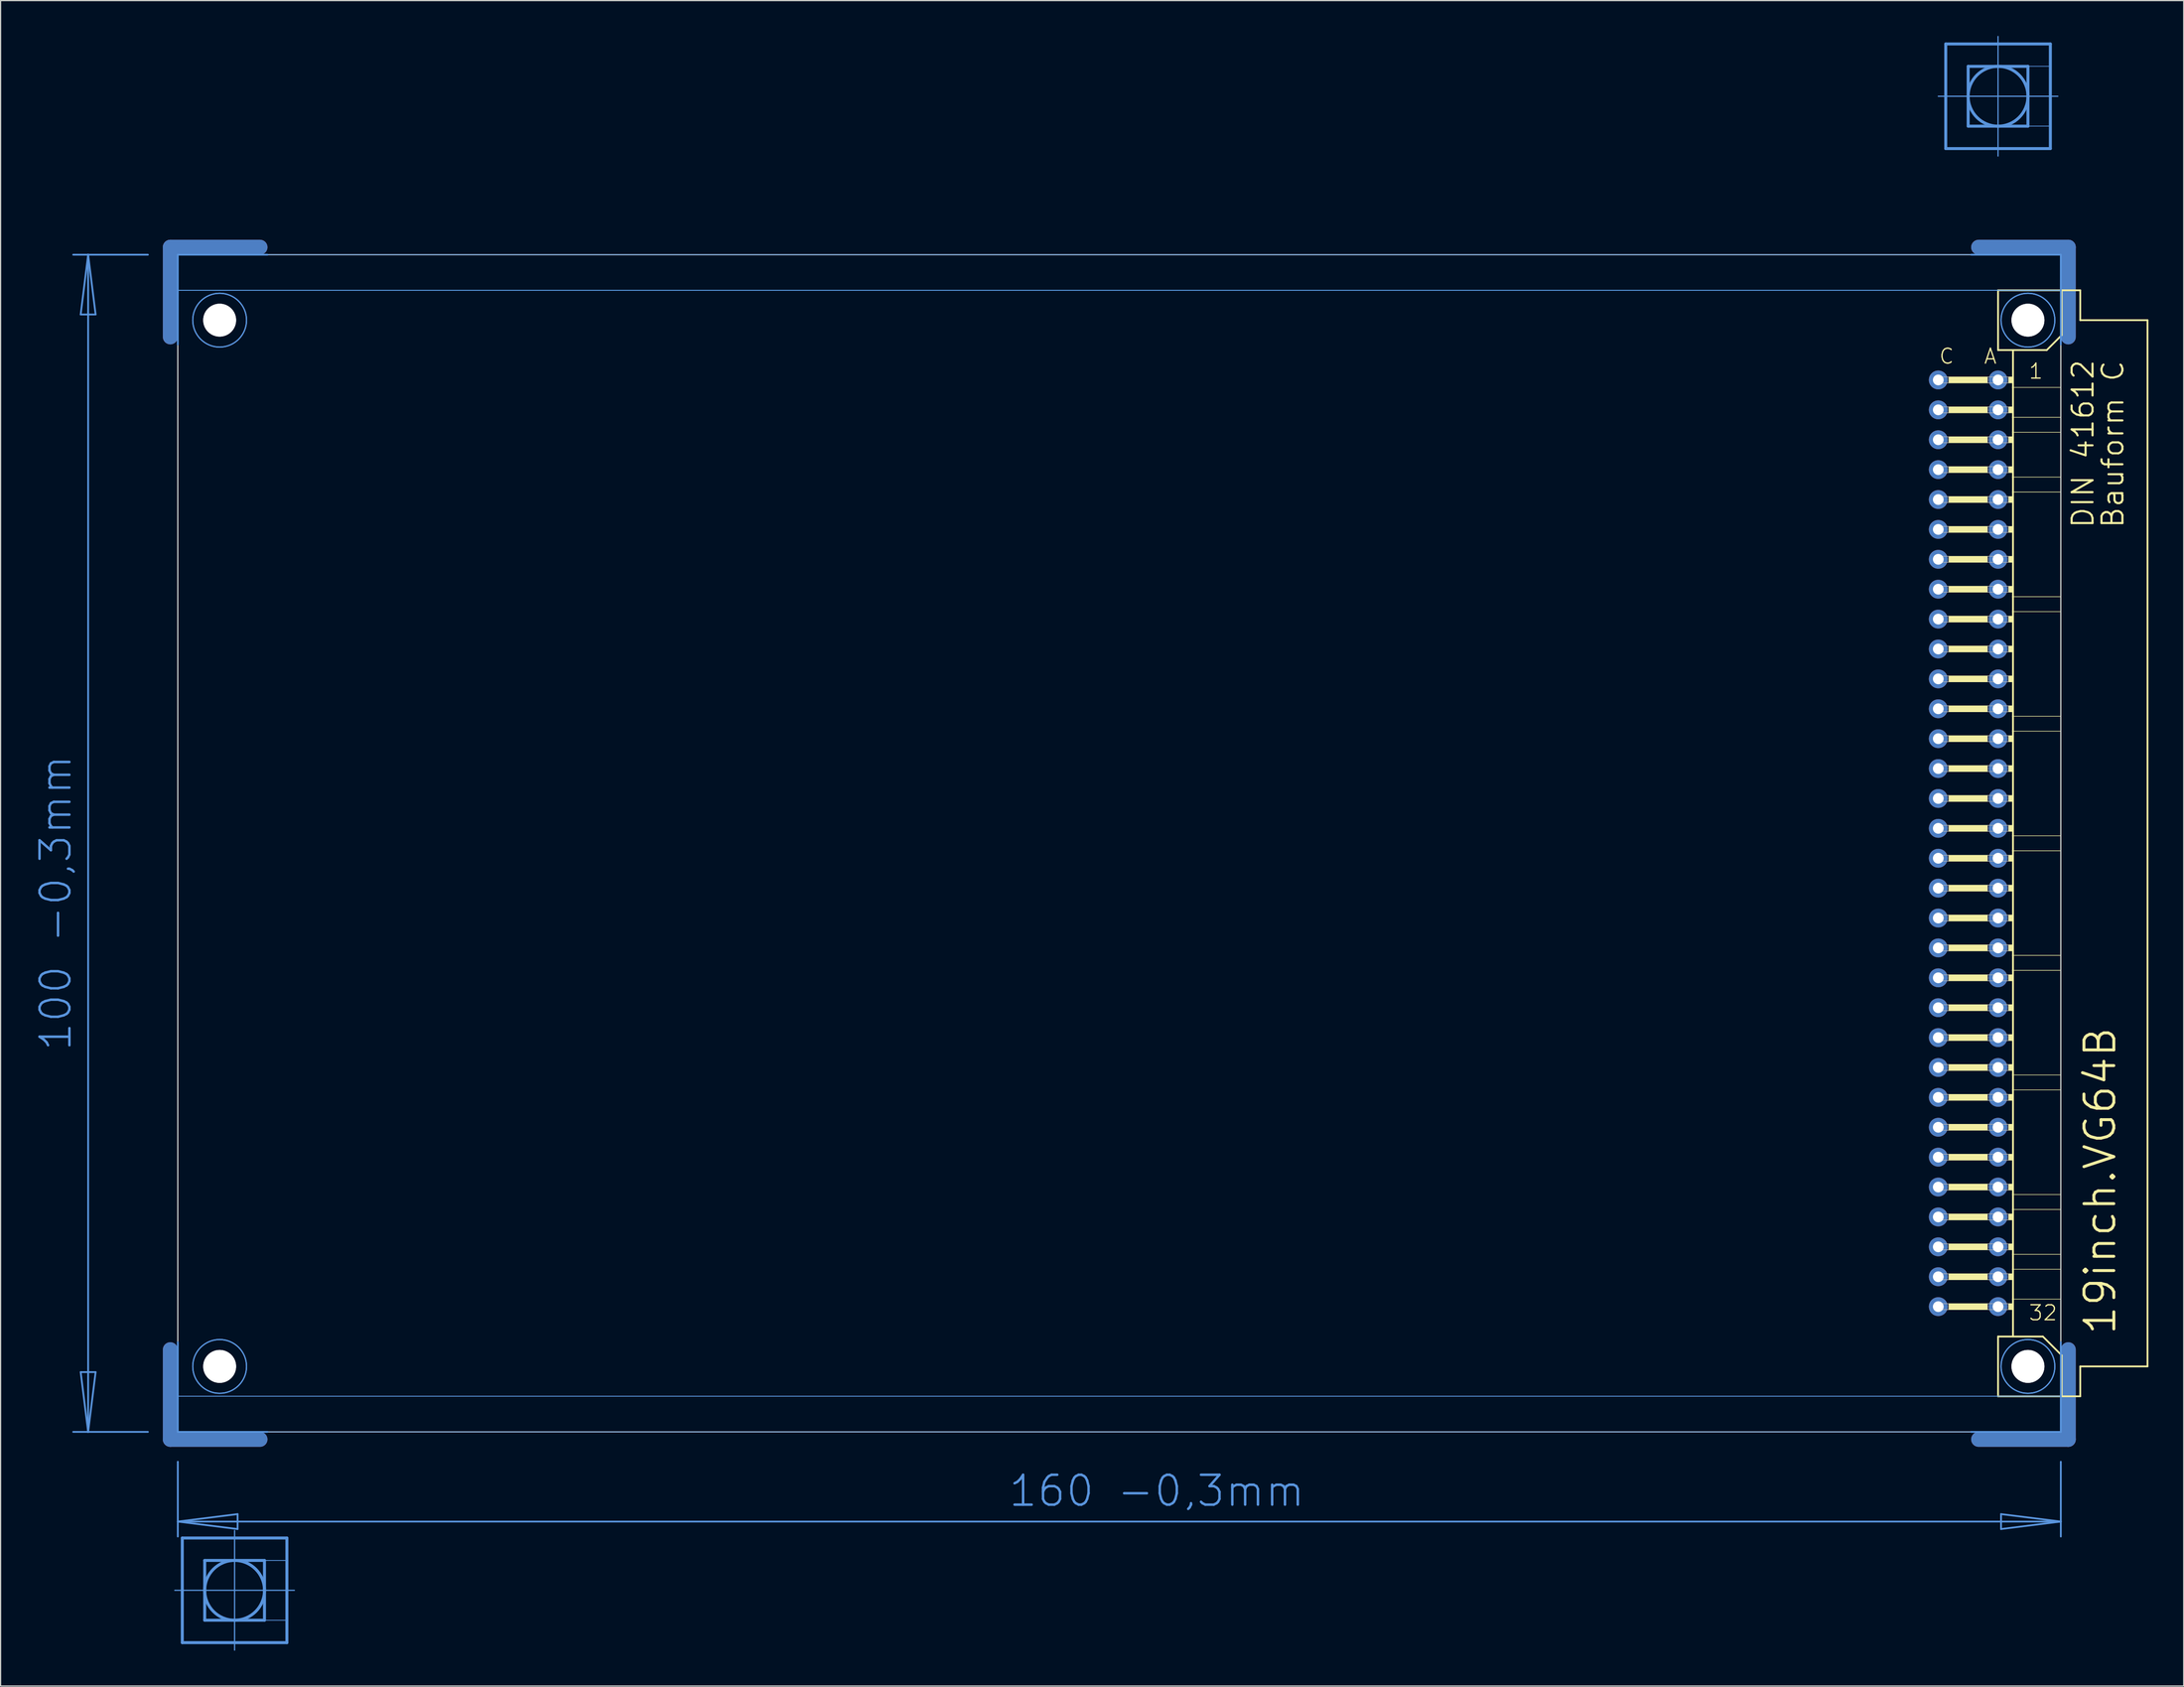
<source format=kicad_pcb>
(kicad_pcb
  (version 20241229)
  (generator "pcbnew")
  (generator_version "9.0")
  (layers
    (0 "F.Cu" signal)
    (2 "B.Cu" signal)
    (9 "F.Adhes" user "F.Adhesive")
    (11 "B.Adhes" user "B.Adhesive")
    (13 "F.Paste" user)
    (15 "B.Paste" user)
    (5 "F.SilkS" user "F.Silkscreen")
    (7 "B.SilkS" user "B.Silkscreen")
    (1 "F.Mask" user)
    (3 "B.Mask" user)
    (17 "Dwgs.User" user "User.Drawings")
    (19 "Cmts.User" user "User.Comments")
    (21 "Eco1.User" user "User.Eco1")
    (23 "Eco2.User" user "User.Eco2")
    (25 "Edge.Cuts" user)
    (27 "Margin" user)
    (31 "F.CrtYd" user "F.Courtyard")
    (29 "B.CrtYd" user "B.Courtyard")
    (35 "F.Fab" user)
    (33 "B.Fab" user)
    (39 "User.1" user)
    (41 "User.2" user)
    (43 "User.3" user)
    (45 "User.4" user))
  (footprint "19inch.VG64B"
    (layer "F.Cu")
    (at 11.806 68.605)
    (property "Reference" "19inch.VG64B" (at 165.1 41.91 90) (layer "F.SilkS") (effects (font (size 2.54 2.54) (thickness 0.25)) (justify left bottom)))
    (attr through_hole)
    (fp_line (start -0.381 -43.028) (end -0.381 -50.648) (stroke (width 1.27) (type default)) (layer "F.Cu"))
    (fp_line (start -0.381 43.028) (end -0.381 50.648) (stroke (width 1.27) (type default)) (layer "F.Cu"))
    (fp_line (start 7.239 -50.648) (end -0.381 -50.648) (stroke (width 1.27) (type default)) (layer "F.Cu"))
    (fp_line (start 7.239 50.648) (end -0.381 50.648) (stroke (width 1.27) (type default)) (layer "F.Cu"))
    (fp_line (start 153.289 -50.648) (end 160.909 -50.648) (stroke (width 1.27) (type default)) (layer "F.Cu"))
    (fp_line (start 153.289 50.648) (end 160.909 50.648) (stroke (width 1.27) (type default)) (layer "F.Cu"))
    (fp_line (start 160.909 -43.028) (end 160.909 -50.648) (stroke (width 1.27) (type default)) (layer "F.Cu"))
    (fp_line (start 160.909 43.028) (end 160.909 50.648) (stroke (width 1.27) (type default)) (layer "F.Cu"))
    (fp_line (start 0.254 -42.393) (end 0.254 -50.013) (stroke (width 0.152) (type default)) (layer "F.Mask"))
    (fp_line (start 0.254 42.393) (end 0.254 50.013) (stroke (width 0.152) (type default)) (layer "F.Mask"))
    (fp_line (start 7.874 -50.013) (end 0.254 -50.013) (stroke (width 0.152) (type default)) (layer "F.Mask"))
    (fp_line (start 7.874 50.013) (end 0.254 50.013) (stroke (width 0.152) (type default)) (layer "F.Mask"))
    (fp_line (start 152.654 -50.013) (end 160.274 -50.013) (stroke (width 0.152) (type default)) (layer "F.Mask"))
    (fp_line (start 152.654 50.013) (end 160.274 50.013) (stroke (width 0.152) (type default)) (layer "F.Mask"))
    (fp_line (start 160.274 -42.393) (end 160.274 -50.013) (stroke (width 0.152) (type default)) (layer "F.Mask"))
    (fp_line (start 160.274 42.393) (end 160.274 50.013) (stroke (width 0.152) (type default)) (layer "F.Mask"))
    (fp_line (start -0.381 -43.028) (end -0.381 -50.648) (stroke (width 1.27) (type default)) (layer "B.Cu"))
    (fp_line (start -0.381 43.028) (end -0.381 50.648) (stroke (width 1.27) (type default)) (layer "B.Cu"))
    (fp_line (start 7.239 -50.648) (end -0.381 -50.648) (stroke (width 1.27) (type default)) (layer "B.Cu"))
    (fp_line (start 7.239 50.648) (end -0.381 50.648) (stroke (width 1.27) (type default)) (layer "B.Cu"))
    (fp_line (start 153.289 -50.648) (end 160.909 -50.648) (stroke (width 1.27) (type default)) (layer "B.Cu"))
    (fp_line (start 153.289 50.648) (end 160.909 50.648) (stroke (width 1.27) (type default)) (layer "B.Cu"))
    (fp_line (start 160.909 -43.028) (end 160.909 -50.648) (stroke (width 1.27) (type default)) (layer "B.Cu"))
    (fp_line (start 160.909 43.028) (end 160.909 50.648) (stroke (width 1.27) (type default)) (layer "B.Cu"))
    (fp_line (start 0.254 -50.013) (end 7.874 -50.013) (stroke (width 0.152) (type default)) (layer "B.Mask"))
    (fp_line (start 0.254 -42.393) (end 0.254 -50.013) (stroke (width 0.152) (type default)) (layer "B.Mask"))
    (fp_line (start 0.254 50.013) (end 0.254 42.393) (stroke (width 0.152) (type default)) (layer "B.Mask"))
    (fp_line (start 7.874 50.013) (end 0.254 50.013) (stroke (width 0.152) (type default)) (layer "B.Mask"))
    (fp_line (start 152.654 -50.013) (end 160.274 -50.013) (stroke (width 0.152) (type default)) (layer "B.Mask"))
    (fp_line (start 160.274 -50.013) (end 160.274 -42.393) (stroke (width 0.152) (type default)) (layer "B.Mask"))
    (fp_line (start 160.274 42.393) (end 160.274 50.013) (stroke (width 0.152) (type default)) (layer "B.Mask"))
    (fp_line (start 160.274 50.013) (end 152.654 50.013) (stroke (width 0.152) (type default)) (layer "B.Mask"))
    (fp_line (start 154.94 -46.99) (end 154.94 -41.91) (stroke (width 0.152) (type default)) (layer "F.SilkS"))
    (fp_line (start 154.94 -41.91) (end 156.21 -41.91) (stroke (width 0.152) (type default)) (layer "F.SilkS"))
    (fp_line (start 154.94 41.91) (end 154.94 46.99) (stroke (width 0.152) (type default)) (layer "F.SilkS"))
    (fp_line (start 154.94 41.91) (end 156.21 41.91) (stroke (width 0.152) (type default)) (layer "F.SilkS"))
    (fp_line (start 154.94 46.99) (end 160.35 46.99) (stroke (width 0.152) (type default)) (layer "F.SilkS"))
    (fp_line (start 156.21 -41.91) (end 156.21 -38.735) (stroke (width 0.152) (type default)) (layer "F.SilkS"))
    (fp_line (start 156.21 -41.91) (end 159.08 -41.91) (stroke (width 0.152) (type default)) (layer "F.SilkS"))
    (fp_line (start 156.21 -38.735) (end 156.21 -36.195) (stroke (width 0.152) (type default)) (layer "F.SilkS"))
    (fp_line (start 156.21 -36.195) (end 156.21 -34.925) (stroke (width 0.152) (type default)) (layer "F.SilkS"))
    (fp_line (start 156.21 -34.925) (end 156.21 -31.115) (stroke (width 0.152) (type default)) (layer "F.SilkS"))
    (fp_line (start 156.21 -31.115) (end 156.21 -29.845) (stroke (width 0.152) (type default)) (layer "F.SilkS"))
    (fp_line (start 156.21 -29.845) (end 156.21 -20.955) (stroke (width 0.152) (type default)) (layer "F.SilkS"))
    (fp_line (start 156.21 -20.955) (end 156.21 -19.685) (stroke (width 0.152) (type default)) (layer "F.SilkS"))
    (fp_line (start 156.21 -19.685) (end 156.21 -10.795) (stroke (width 0.152) (type default)) (layer "F.SilkS"))
    (fp_line (start 156.21 -10.795) (end 156.21 -9.525) (stroke (width 0.152) (type default)) (layer "F.SilkS"))
    (fp_line (start 156.21 -9.525) (end 156.21 -0.635) (stroke (width 0.152) (type default)) (layer "F.SilkS"))
    (fp_line (start 156.21 -0.635) (end 156.21 0.635) (stroke (width 0.152) (type default)) (layer "F.SilkS"))
    (fp_line (start 156.21 0.635) (end 156.21 9.525) (stroke (width 0.152) (type default)) (layer "F.SilkS"))
    (fp_line (start 156.21 9.525) (end 156.21 10.795) (stroke (width 0.152) (type default)) (layer "F.SilkS"))
    (fp_line (start 156.21 10.795) (end 156.21 19.685) (stroke (width 0.152) (type default)) (layer "F.SilkS"))
    (fp_line (start 156.21 19.685) (end 156.21 20.955) (stroke (width 0.152) (type default)) (layer "F.SilkS"))
    (fp_line (start 156.21 20.955) (end 156.21 29.845) (stroke (width 0.152) (type default)) (layer "F.SilkS"))
    (fp_line (start 156.21 29.845) (end 156.21 31.115) (stroke (width 0.152) (type default)) (layer "F.SilkS"))
    (fp_line (start 156.21 31.115) (end 156.21 34.925) (stroke (width 0.152) (type default)) (layer "F.SilkS"))
    (fp_line (start 156.21 34.925) (end 156.21 36.195) (stroke (width 0.152) (type default)) (layer "F.SilkS"))
    (fp_line (start 156.21 36.195) (end 156.21 38.735) (stroke (width 0.152) (type default)) (layer "F.SilkS"))
    (fp_line (start 156.21 38.735) (end 156.21 41.91) (stroke (width 0.152) (type default)) (layer "F.SilkS"))
    (fp_line (start 156.21 41.91) (end 158.75 41.91) (stroke (width 0.152) (type default)) (layer "F.SilkS"))
    (fp_line (start 159.08 -41.91) (end 160.35 -43.18) (stroke (width 0.152) (type default)) (layer "F.SilkS"))
    (fp_line (start 160.274 -38.735) (end 156.21 -38.735) (stroke (width 0.051) (type default)) (layer "F.SilkS"))
    (fp_line (start 160.274 -38.735) (end 160.274 -36.195) (stroke (width 0.051) (type default)) (layer "F.SilkS"))
    (fp_line (start 160.274 -36.195) (end 156.21 -36.195) (stroke (width 0.051) (type default)) (layer "F.SilkS"))
    (fp_line (start 160.274 -34.925) (end 156.21 -34.925) (stroke (width 0.051) (type default)) (layer "F.SilkS"))
    (fp_line (start 160.274 -34.925) (end 160.274 -31.115) (stroke (width 0.051) (type default)) (layer "F.SilkS"))
    (fp_line (start 160.274 -31.115) (end 156.21 -31.115) (stroke (width 0.051) (type default)) (layer "F.SilkS"))
    (fp_line (start 160.274 -29.845) (end 156.21 -29.845) (stroke (width 0.051) (type default)) (layer "F.SilkS"))
    (fp_line (start 160.274 -29.845) (end 160.274 -20.955) (stroke (width 0.051) (type default)) (layer "F.SilkS"))
    (fp_line (start 160.274 -20.955) (end 156.21 -20.955) (stroke (width 0.051) (type default)) (layer "F.SilkS"))
    (fp_line (start 160.274 -19.685) (end 156.21 -19.685) (stroke (width 0.051) (type default)) (layer "F.SilkS"))
    (fp_line (start 160.274 -19.685) (end 160.274 -10.795) (stroke (width 0.051) (type default)) (layer "F.SilkS"))
    (fp_line (start 160.274 -10.795) (end 156.21 -10.795) (stroke (width 0.051) (type default)) (layer "F.SilkS"))
    (fp_line (start 160.274 -9.525) (end 156.21 -9.525) (stroke (width 0.051) (type default)) (layer "F.SilkS"))
    (fp_line (start 160.274 -9.525) (end 160.274 -0.635) (stroke (width 0.051) (type default)) (layer "F.SilkS"))
    (fp_line (start 160.274 -0.635) (end 156.21 -0.635) (stroke (width 0.051) (type default)) (layer "F.SilkS"))
    (fp_line (start 160.274 0.635) (end 156.21 0.635) (stroke (width 0.051) (type default)) (layer "F.SilkS"))
    (fp_line (start 160.274 0.635) (end 160.274 9.525) (stroke (width 0.051) (type default)) (layer "F.SilkS"))
    (fp_line (start 160.274 9.525) (end 156.21 9.525) (stroke (width 0.051) (type default)) (layer "F.SilkS"))
    (fp_line (start 160.274 10.795) (end 156.21 10.795) (stroke (width 0.051) (type default)) (layer "F.SilkS"))
    (fp_line (start 160.274 10.795) (end 160.274 19.685) (stroke (width 0.051) (type default)) (layer "F.SilkS"))
    (fp_line (start 160.274 19.685) (end 156.21 19.685) (stroke (width 0.051) (type default)) (layer "F.SilkS"))
    (fp_line (start 160.274 20.955) (end 156.21 20.955) (stroke (width 0.051) (type default)) (layer "F.SilkS"))
    (fp_line (start 160.274 20.955) (end 160.274 29.845) (stroke (width 0.051) (type default)) (layer "F.SilkS"))
    (fp_line (start 160.274 29.845) (end 156.21 29.845) (stroke (width 0.051) (type default)) (layer "F.SilkS"))
    (fp_line (start 160.274 31.115) (end 156.21 31.115) (stroke (width 0.051) (type default)) (layer "F.SilkS"))
    (fp_line (start 160.274 31.115) (end 160.274 34.925) (stroke (width 0.051) (type default)) (layer "F.SilkS"))
    (fp_line (start 160.274 34.925) (end 156.21 34.925) (stroke (width 0.051) (type default)) (layer "F.SilkS"))
    (fp_line (start 160.274 36.195) (end 156.21 36.195) (stroke (width 0.051) (type default)) (layer "F.SilkS"))
    (fp_line (start 160.274 36.195) (end 160.274 38.735) (stroke (width 0.051) (type default)) (layer "F.SilkS"))
    (fp_line (start 160.274 38.735) (end 156.21 38.735) (stroke (width 0.051) (type default)) (layer "F.SilkS"))
    (fp_line (start 160.35 -46.99) (end 154.94 -46.99) (stroke (width 0.152) (type default)) (layer "F.SilkS"))
    (fp_line (start 160.35 -43.18) (end 160.35 -46.99) (stroke (width 0.152) (type default)) (layer "F.SilkS"))
    (fp_line (start 160.35 43.51) (end 158.75 41.91) (stroke (width 0.152) (type default)) (layer "F.SilkS"))
    (fp_line (start 160.35 43.51) (end 160.35 46.99) (stroke (width 0.152) (type default)) (layer "F.SilkS"))
    (fp_line (start 160.35 46.99) (end 161.925 46.99) (stroke (width 0.152) (type default)) (layer "F.SilkS"))
    (fp_line (start 161.925 -46.99) (end 160.35 -46.99) (stroke (width 0.152) (type default)) (layer "F.SilkS"))
    (fp_line (start 161.925 -44.45) (end 161.925 -46.99) (stroke (width 0.152) (type default)) (layer "F.SilkS"))
    (fp_line (start 161.925 44.45) (end 167.64 44.45) (stroke (width 0.152) (type default)) (layer "F.SilkS"))
    (fp_line (start 161.925 46.99) (end 161.925 44.45) (stroke (width 0.152) (type default)) (layer "F.SilkS"))
    (fp_line (start 167.64 -44.45) (end 161.925 -44.45) (stroke (width 0.152) (type default)) (layer "F.SilkS"))
    (fp_line (start 167.64 44.45) (end 167.64 -44.45) (stroke (width 0.152) (type default)) (layer "F.SilkS"))
    (fp_rect (start 150.749 -39.116) (end 154.051 -39.624) (stroke (width 0.05) (type default)) (fill yes) (layer "F.SilkS"))
    (fp_rect (start 150.749 -36.576) (end 154.051 -37.084) (stroke (width 0.05) (type default)) (fill yes) (layer "F.SilkS"))
    (fp_rect (start 150.749 -34.036) (end 154.051 -34.544) (stroke (width 0.05) (type default)) (fill yes) (layer "F.SilkS"))
    (fp_rect (start 150.749 -31.496) (end 154.051 -32.004) (stroke (width 0.05) (type default)) (fill yes) (layer "F.SilkS"))
    (fp_rect (start 150.749 -28.956) (end 154.051 -29.464) (stroke (width 0.05) (type default)) (fill yes) (layer "F.SilkS"))
    (fp_rect (start 150.749 -26.416) (end 154.051 -26.924) (stroke (width 0.05) (type default)) (fill yes) (layer "F.SilkS"))
    (fp_rect (start 150.749 -23.876) (end 154.051 -24.384) (stroke (width 0.05) (type default)) (fill yes) (layer "F.SilkS"))
    (fp_rect (start 150.749 -21.336) (end 154.051 -21.844) (stroke (width 0.05) (type default)) (fill yes) (layer "F.SilkS"))
    (fp_rect (start 150.749 -18.796) (end 154.051 -19.304) (stroke (width 0.05) (type default)) (fill yes) (layer "F.SilkS"))
    (fp_rect (start 150.749 -16.256) (end 154.051 -16.764) (stroke (width 0.05) (type default)) (fill yes) (layer "F.SilkS"))
    (fp_rect (start 150.749 -13.716) (end 154.051 -14.224) (stroke (width 0.05) (type default)) (fill yes) (layer "F.SilkS"))
    (fp_rect (start 150.749 -11.176) (end 154.051 -11.684) (stroke (width 0.05) (type default)) (fill yes) (layer "F.SilkS"))
    (fp_rect (start 150.749 -8.636) (end 154.051 -9.144) (stroke (width 0.05) (type default)) (fill yes) (layer "F.SilkS"))
    (fp_rect (start 150.749 -6.096) (end 154.051 -6.604) (stroke (width 0.05) (type default)) (fill yes) (layer "F.SilkS"))
    (fp_rect (start 150.749 -3.556) (end 154.051 -4.064) (stroke (width 0.05) (type default)) (fill yes) (layer "F.SilkS"))
    (fp_rect (start 150.749 -1.016) (end 154.051 -1.524) (stroke (width 0.05) (type default)) (fill yes) (layer "F.SilkS"))
    (fp_rect (start 150.749 1.524) (end 154.051 1.016) (stroke (width 0.05) (type default)) (fill yes) (layer "F.SilkS"))
    (fp_rect (start 150.749 4.064) (end 154.051 3.556) (stroke (width 0.05) (type default)) (fill yes) (layer "F.SilkS"))
    (fp_rect (start 150.749 6.604) (end 154.051 6.096) (stroke (width 0.05) (type default)) (fill yes) (layer "F.SilkS"))
    (fp_rect (start 150.749 9.144) (end 154.051 8.636) (stroke (width 0.05) (type default)) (fill yes) (layer "F.SilkS"))
    (fp_rect (start 150.749 11.684) (end 154.051 11.176) (stroke (width 0.05) (type default)) (fill yes) (layer "F.SilkS"))
    (fp_rect (start 150.749 14.224) (end 154.051 13.716) (stroke (width 0.05) (type default)) (fill yes) (layer "F.SilkS"))
    (fp_rect (start 150.749 16.764) (end 154.051 16.256) (stroke (width 0.05) (type default)) (fill yes) (layer "F.SilkS"))
    (fp_rect (start 150.749 19.304) (end 154.051 18.796) (stroke (width 0.05) (type default)) (fill yes) (layer "F.SilkS"))
    (fp_rect (start 150.749 21.844) (end 154.051 21.336) (stroke (width 0.05) (type default)) (fill yes) (layer "F.SilkS"))
    (fp_rect (start 150.749 24.384) (end 154.051 23.876) (stroke (width 0.05) (type default)) (fill yes) (layer "F.SilkS"))
    (fp_rect (start 150.749 26.924) (end 154.051 26.416) (stroke (width 0.05) (type default)) (fill yes) (layer "F.SilkS"))
    (fp_rect (start 150.749 29.464) (end 154.051 28.956) (stroke (width 0.05) (type default)) (fill yes) (layer "F.SilkS"))
    (fp_rect (start 150.749 32.004) (end 154.051 31.496) (stroke (width 0.05) (type default)) (fill yes) (layer "F.SilkS"))
    (fp_rect (start 150.749 34.544) (end 154.051 34.036) (stroke (width 0.05) (type default)) (fill yes) (layer "F.SilkS"))
    (fp_rect (start 150.749 37.084) (end 154.051 36.576) (stroke (width 0.05) (type default)) (fill yes) (layer "F.SilkS"))
    (fp_rect (start 150.749 39.624) (end 154.051 39.116) (stroke (width 0.05) (type default)) (fill yes) (layer "F.SilkS"))
    (fp_rect (start 155.829 -39.116) (end 156.21 -39.624) (stroke (width 0.05) (type default)) (fill yes) (layer "F.SilkS"))
    (fp_rect (start 155.829 -36.576) (end 156.21 -37.084) (stroke (width 0.05) (type default)) (fill yes) (layer "F.SilkS"))
    (fp_rect (start 155.829 -34.036) (end 156.21 -34.544) (stroke (width 0.05) (type default)) (fill yes) (layer "F.SilkS"))
    (fp_rect (start 155.829 -31.496) (end 156.21 -32.004) (stroke (width 0.05) (type default)) (fill yes) (layer "F.SilkS"))
    (fp_rect (start 155.829 -28.956) (end 156.21 -29.464) (stroke (width 0.05) (type default)) (fill yes) (layer "F.SilkS"))
    (fp_rect (start 155.829 -26.416) (end 156.21 -26.924) (stroke (width 0.05) (type default)) (fill yes) (layer "F.SilkS"))
    (fp_rect (start 155.829 -23.876) (end 156.21 -24.384) (stroke (width 0.05) (type default)) (fill yes) (layer "F.SilkS"))
    (fp_rect (start 155.829 -21.336) (end 156.21 -21.844) (stroke (width 0.05) (type default)) (fill yes) (layer "F.SilkS"))
    (fp_rect (start 155.829 -18.796) (end 156.21 -19.304) (stroke (width 0.05) (type default)) (fill yes) (layer "F.SilkS"))
    (fp_rect (start 155.829 -16.256) (end 156.21 -16.764) (stroke (width 0.05) (type default)) (fill yes) (layer "F.SilkS"))
    (fp_rect (start 155.829 -13.716) (end 156.21 -14.224) (stroke (width 0.05) (type default)) (fill yes) (layer "F.SilkS"))
    (fp_rect (start 155.829 -11.176) (end 156.21 -11.684) (stroke (width 0.05) (type default)) (fill yes) (layer "F.SilkS"))
    (fp_rect (start 155.829 -8.636) (end 156.21 -9.144) (stroke (width 0.05) (type default)) (fill yes) (layer "F.SilkS"))
    (fp_rect (start 155.829 -6.096) (end 156.21 -6.604) (stroke (width 0.05) (type default)) (fill yes) (layer "F.SilkS"))
    (fp_rect (start 155.829 -3.556) (end 156.21 -4.064) (stroke (width 0.05) (type default)) (fill yes) (layer "F.SilkS"))
    (fp_rect (start 155.829 -1.016) (end 156.21 -1.524) (stroke (width 0.05) (type default)) (fill yes) (layer "F.SilkS"))
    (fp_rect (start 155.829 1.524) (end 156.21 1.016) (stroke (width 0.05) (type default)) (fill yes) (layer "F.SilkS"))
    (fp_rect (start 155.829 4.064) (end 156.21 3.556) (stroke (width 0.05) (type default)) (fill yes) (layer "F.SilkS"))
    (fp_rect (start 155.829 6.604) (end 156.21 6.096) (stroke (width 0.05) (type default)) (fill yes) (layer "F.SilkS"))
    (fp_rect (start 155.829 9.144) (end 156.21 8.636) (stroke (width 0.05) (type default)) (fill yes) (layer "F.SilkS"))
    (fp_rect (start 155.829 11.684) (end 156.21 11.176) (stroke (width 0.05) (type default)) (fill yes) (layer "F.SilkS"))
    (fp_rect (start 155.829 14.224) (end 156.21 13.716) (stroke (width 0.05) (type default)) (fill yes) (layer "F.SilkS"))
    (fp_rect (start 155.829 16.764) (end 156.21 16.256) (stroke (width 0.05) (type default)) (fill yes) (layer "F.SilkS"))
    (fp_rect (start 155.829 19.304) (end 156.21 18.796) (stroke (width 0.05) (type default)) (fill yes) (layer "F.SilkS"))
    (fp_rect (start 155.829 21.844) (end 156.21 21.336) (stroke (width 0.05) (type default)) (fill yes) (layer "F.SilkS"))
    (fp_rect (start 155.829 24.384) (end 156.21 23.876) (stroke (width 0.05) (type default)) (fill yes) (layer "F.SilkS"))
    (fp_rect (start 155.829 26.924) (end 156.21 26.416) (stroke (width 0.05) (type default)) (fill yes) (layer "F.SilkS"))
    (fp_rect (start 155.829 29.464) (end 156.21 28.956) (stroke (width 0.05) (type default)) (fill yes) (layer "F.SilkS"))
    (fp_rect (start 155.829 32.004) (end 156.21 31.496) (stroke (width 0.05) (type default)) (fill yes) (layer "F.SilkS"))
    (fp_rect (start 155.829 34.544) (end 156.21 34.036) (stroke (width 0.05) (type default)) (fill yes) (layer "F.SilkS"))
    (fp_rect (start 155.829 37.084) (end 156.21 36.576) (stroke (width 0.05) (type default)) (fill yes) (layer "F.SilkS"))
    (fp_rect (start 155.829 39.624) (end 156.21 39.116) (stroke (width 0.05) (type default)) (fill yes) (layer "F.SilkS"))
    (fp_circle (center 157.48 -44.45) (end 158.75 -44.45) (stroke (width 0.152) (type default)) (fill no) (layer "F.SilkS"))
    (fp_circle (center 157.48 44.45) (end 158.75 44.45) (stroke (width 0.152) (type default)) (fill no) (layer "F.SilkS"))
    (fp_line (start -8.636 -50.013) (end -7.366 -50.013) (stroke (width 0.152) (type default)) (layer "Cmts.User"))
    (fp_line (start -8.636 50.013) (end -7.366 50.013) (stroke (width 0.152) (type default)) (layer "Cmts.User"))
    (fp_line (start -8.001 -44.933) (end -7.366 -50.013) (stroke (width 0.152) (type default)) (layer "Cmts.User"))
    (fp_line (start -8.001 44.933) (end -6.731 44.933) (stroke (width 0.152) (type default)) (layer "Cmts.User"))
    (fp_line (start -7.366 -50.013) (end -6.731 -44.933) (stroke (width 0.152) (type default)) (layer "Cmts.User"))
    (fp_line (start -7.366 -50.013) (end -2.286 -50.013) (stroke (width 0.152) (type default)) (layer "Cmts.User"))
    (fp_line (start -7.366 50.013) (end -8.001 44.933) (stroke (width 0.152) (type default)) (layer "Cmts.User"))
    (fp_line (start -7.366 50.013) (end -7.366 -50.013) (stroke (width 0.152) (type default)) (layer "Cmts.User"))
    (fp_line (start -7.366 50.013) (end -2.286 50.013) (stroke (width 0.152) (type default)) (layer "Cmts.User"))
    (fp_line (start -6.731 -44.933) (end -8.001 -44.933) (stroke (width 0.152) (type default)) (layer "Cmts.User"))
    (fp_line (start -6.731 44.933) (end -7.366 50.013) (stroke (width 0.152) (type default)) (layer "Cmts.User"))
    (fp_line (start 0 63.475) (end 0.635 63.475) (stroke (width 0.102) (type default)) (layer "Cmts.User"))
    (fp_line (start 0.254 -50.013) (end 7.874 -50.013) (stroke (width 0.152) (type default)) (layer "Cmts.User"))
    (fp_line (start 0.254 -42.393) (end 0.254 -50.013) (stroke (width 0.152) (type default)) (layer "Cmts.User"))
    (fp_line (start 0.254 50.013) (end 0.254 42.393) (stroke (width 0.152) (type default)) (layer "Cmts.User"))
    (fp_line (start 0.254 57.633) (end 0.254 52.553) (stroke (width 0.152) (type default)) (layer "Cmts.User"))
    (fp_line (start 0.254 57.633) (end 5.334 56.998) (stroke (width 0.152) (type default)) (layer "Cmts.User"))
    (fp_line (start 0.254 57.633) (end 160.274 57.633) (stroke (width 0.152) (type default)) (layer "Cmts.User"))
    (fp_line (start 0.254 58.903) (end 0.254 57.633) (stroke (width 0.152) (type default)) (layer "Cmts.User"))
    (fp_line (start 0.635 59.03) (end 9.525 59.03) (stroke (width 0.254) (type default)) (layer "Cmts.User"))
    (fp_line (start 0.635 63.475) (end 0.635 59.03) (stroke (width 0.254) (type default)) (layer "Cmts.User"))
    (fp_line (start 0.635 63.475) (end 10.16 63.475) (stroke (width 0.102) (type default)) (layer "Cmts.User"))
    (fp_line (start 0.635 67.92) (end 0.635 63.475) (stroke (width 0.254) (type default)) (layer "Cmts.User"))
    (fp_line (start 2.54 60.935) (end 2.54 66.015) (stroke (width 0.254) (type default)) (layer "Cmts.User"))
    (fp_line (start 2.54 66.015) (end 7.62 66.015) (stroke (width 0.254) (type default)) (layer "Cmts.User"))
    (fp_line (start 5.08 68.555) (end 5.08 58.395) (stroke (width 0.102) (type default)) (layer "Cmts.User"))
    (fp_line (start 5.334 56.998) (end 5.334 58.268) (stroke (width 0.152) (type default)) (layer "Cmts.User"))
    (fp_line (start 5.334 58.268) (end 0.254 57.633) (stroke (width 0.152) (type default)) (layer "Cmts.User"))
    (fp_line (start 7.62 60.935) (end 2.54 60.935) (stroke (width 0.254) (type default)) (layer "Cmts.User"))
    (fp_line (start 7.62 66.015) (end 7.62 60.935) (stroke (width 0.254) (type default)) (layer "Cmts.User"))
    (fp_line (start 7.874 50.013) (end 0.254 50.013) (stroke (width 0.152) (type default)) (layer "Cmts.User"))
    (fp_line (start 9.525 59.03) (end 9.525 67.92) (stroke (width 0.254) (type default)) (layer "Cmts.User"))
    (fp_line (start 9.525 67.92) (end 0.635 67.92) (stroke (width 0.254) (type default)) (layer "Cmts.User"))
    (fp_line (start 149.86 -63.475) (end 150.495 -63.475) (stroke (width 0.102) (type default)) (layer "Cmts.User"))
    (fp_line (start 150.495 -67.92) (end 159.385 -67.92) (stroke (width 0.254) (type default)) (layer "Cmts.User"))
    (fp_line (start 150.495 -63.475) (end 150.495 -67.92) (stroke (width 0.254) (type default)) (layer "Cmts.User"))
    (fp_line (start 150.495 -63.475) (end 160.02 -63.475) (stroke (width 0.102) (type default)) (layer "Cmts.User"))
    (fp_line (start 150.495 -59.03) (end 150.495 -63.475) (stroke (width 0.254) (type default)) (layer "Cmts.User"))
    (fp_line (start 152.4 -66.015) (end 152.4 -60.935) (stroke (width 0.254) (type default)) (layer "Cmts.User"))
    (fp_line (start 152.4 -60.935) (end 157.48 -60.935) (stroke (width 0.254) (type default)) (layer "Cmts.User"))
    (fp_line (start 152.654 -50.013) (end 160.274 -50.013) (stroke (width 0.152) (type default)) (layer "Cmts.User"))
    (fp_line (start 154.94 -58.395) (end 154.94 -68.555) (stroke (width 0.102) (type default)) (layer "Cmts.User"))
    (fp_line (start 155.194 56.998) (end 160.274 57.633) (stroke (width 0.152) (type default)) (layer "Cmts.User"))
    (fp_line (start 155.194 58.268) (end 155.194 56.998) (stroke (width 0.152) (type default)) (layer "Cmts.User"))
    (fp_line (start 157.48 -66.015) (end 152.4 -66.015) (stroke (width 0.254) (type default)) (layer "Cmts.User"))
    (fp_line (start 157.48 -60.935) (end 157.48 -66.015) (stroke (width 0.254) (type default)) (layer "Cmts.User"))
    (fp_line (start 159.385 -67.92) (end 159.385 -59.03) (stroke (width 0.254) (type default)) (layer "Cmts.User"))
    (fp_line (start 159.385 -59.03) (end 150.495 -59.03) (stroke (width 0.254) (type default)) (layer "Cmts.User"))
    (fp_line (start 160.274 -50.013) (end 160.274 -42.393) (stroke (width 0.152) (type default)) (layer "Cmts.User"))
    (fp_line (start 160.274 42.393) (end 160.274 50.013) (stroke (width 0.152) (type default)) (layer "Cmts.User"))
    (fp_line (start 160.274 50.013) (end 152.654 50.013) (stroke (width 0.152) (type default)) (layer "Cmts.User"))
    (fp_line (start 160.274 57.633) (end 155.194 58.268) (stroke (width 0.152) (type default)) (layer "Cmts.User"))
    (fp_line (start 160.274 57.633) (end 160.274 52.553) (stroke (width 0.152) (type default)) (layer "Cmts.User"))
    (fp_line (start 160.274 58.903) (end 160.274 57.633) (stroke (width 0.152) (type default)) (layer "Cmts.User"))
    (fp_rect (start 0.254 -46.99) (end 160.274 -50.013) (stroke (width 0.05) (type default)) (fill no) (layer "Cmts.User"))
    (fp_rect (start 0.254 50.013) (end 160.274 46.99) (stroke (width 0.05) (type default)) (fill no) (layer "Cmts.User"))
    (fp_rect (start 5.08 60.935) (end 9.525 59.03) (stroke (width 0.05) (type default)) (fill no) (layer "Cmts.User"))
    (fp_rect (start 5.08 67.92) (end 9.525 66.015) (stroke (width 0.05) (type default)) (fill no) (layer "Cmts.User"))
    (fp_rect (start 7.62 66.015) (end 9.525 60.935) (stroke (width 0.05) (type default)) (fill no) (layer "Cmts.User"))
    (fp_rect (start 154.94 -66.015) (end 159.385 -67.92) (stroke (width 0.05) (type default)) (fill no) (layer "Cmts.User"))
    (fp_rect (start 154.94 -59.03) (end 159.385 -60.935) (stroke (width 0.05) (type default)) (fill no) (layer "Cmts.User"))
    (fp_rect (start 157.48 -60.935) (end 159.385 -66.015) (stroke (width 0.05) (type default)) (fill no) (layer "Cmts.User"))
    (fp_circle (center 3.81 -44.45) (end 6.096 -44.45) (stroke (width 0.1) (type default)) (fill no) (layer "Cmts.User"))
    (fp_circle (center 3.81 -44.45) (end 6.096 -44.45) (stroke (width 0.1) (type default)) (fill no) (layer "Cmts.User"))
    (fp_circle (center 3.81 44.45) (end 6.096 44.45) (stroke (width 0.1) (type default)) (fill no) (layer "Cmts.User"))
    (fp_circle (center 3.81 44.45) (end 6.096 44.45) (stroke (width 0.1) (type default)) (fill no) (layer "Cmts.User"))
    (fp_circle (center 5.08 63.475) (end 7.62 63.475) (stroke (width 0.254) (type default)) (fill no) (layer "Cmts.User"))
    (fp_circle (center 154.94 -63.475) (end 157.48 -63.475) (stroke (width 0.254) (type default)) (fill no) (layer "Cmts.User"))
    (fp_circle (center 157.48 -44.45) (end 159.766 -44.45) (stroke (width 0.1) (type default)) (fill no) (layer "Cmts.User"))
    (fp_circle (center 157.48 -44.45) (end 159.766 -44.45) (stroke (width 0.1) (type default)) (fill no) (layer "Cmts.User"))
    (fp_circle (center 157.48 44.45) (end 159.766 44.45) (stroke (width 0.1) (type default)) (fill no) (layer "Cmts.User"))
    (fp_circle (center 157.48 44.45) (end 159.766 44.45) (stroke (width 0.1) (type default)) (fill no) (layer "Cmts.User"))
    (fp_line (start 0.254 -50.013) (end 0.254 50.013) (stroke (width 0.1) (type default)) (layer "Edge.Cuts"))
    (fp_line (start 0.254 50.013) (end 160.274 50.013) (stroke (width 0.1) (type default)) (layer "Edge.Cuts"))
    (fp_line (start 160.274 -50.013) (end 0.254 -50.013) (stroke (width 0.1) (type default)) (layer "Edge.Cuts"))
    (fp_line (start 160.274 50.013) (end 160.274 -50.013) (stroke (width 0.1) (type default)) (layer "Edge.Cuts"))
    (fp_line (start 0.254 -46.99) (end 0.254 -50.013) (stroke (width 0.051) (type default)) (layer "B.CrtYd"))
    (fp_line (start 0.254 46.99) (end 0.254 50.013) (stroke (width 0.051) (type default)) (layer "B.CrtYd"))
    (fp_line (start 160.274 -50.013) (end 160.274 -46.99) (stroke (width 0.051) (type default)) (layer "B.CrtYd"))
    (fp_line (start 160.274 50.013) (end 160.274 46.99) (stroke (width 0.051) (type default)) (layer "B.CrtYd"))
    (fp_rect (start 0.254 -46.99) (end 160.274 -50.013) (stroke (width 0.05) (type default)) (fill no) (layer "B.CrtYd"))
    (fp_rect (start 0.254 50.013) (end 160.274 46.99) (stroke (width 0.05) (type default)) (fill no) (layer "B.CrtYd"))
    (fp_line (start 0.254 -46.99) (end 0.254 -50.013) (stroke (width 0.051) (type default)) (layer "F.CrtYd"))
    (fp_line (start 0.254 46.99) (end 0.254 50.013) (stroke (width 0.051) (type default)) (layer "F.CrtYd"))
    (fp_line (start 160.274 -50.013) (end 160.274 -46.99) (stroke (width 0.051) (type default)) (layer "F.CrtYd"))
    (fp_line (start 160.274 50.013) (end 160.274 46.99) (stroke (width 0.051) (type default)) (layer "F.CrtYd"))
    (fp_rect (start 0.254 -46.99) (end 160.274 -50.013) (stroke (width 0.05) (type default)) (fill no) (layer "F.CrtYd"))
    (fp_rect (start 0.254 50.013) (end 160.274 46.99) (stroke (width 0.05) (type default)) (fill no) (layer "F.CrtYd"))
    (fp_rect (start 149.606 -39.116) (end 150.749 -39.624) (stroke (width 0.05) (type default)) (fill no) (layer "F.Fab"))
    (fp_rect (start 149.606 -36.576) (end 150.749 -37.084) (stroke (width 0.05) (type default)) (fill no) (layer "F.Fab"))
    (fp_rect (start 149.606 -34.036) (end 150.749 -34.544) (stroke (width 0.05) (type default)) (fill no) (layer "F.Fab"))
    (fp_rect (start 149.606 -31.496) (end 150.749 -32.004) (stroke (width 0.05) (type default)) (fill no) (layer "F.Fab"))
    (fp_rect (start 149.606 -28.956) (end 150.749 -29.464) (stroke (width 0.05) (type default)) (fill no) (layer "F.Fab"))
    (fp_rect (start 149.606 -26.416) (end 150.749 -26.924) (stroke (width 0.05) (type default)) (fill no) (layer "F.Fab"))
    (fp_rect (start 149.606 -23.876) (end 150.749 -24.384) (stroke (width 0.05) (type default)) (fill no) (layer "F.Fab"))
    (fp_rect (start 149.606 -21.336) (end 150.749 -21.844) (stroke (width 0.05) (type default)) (fill no) (layer "F.Fab"))
    (fp_rect (start 149.606 -18.796) (end 150.749 -19.304) (stroke (width 0.05) (type default)) (fill no) (layer "F.Fab"))
    (fp_rect (start 149.606 -16.256) (end 150.749 -16.764) (stroke (width 0.05) (type default)) (fill no) (layer "F.Fab"))
    (fp_rect (start 149.606 -13.716) (end 150.749 -14.224) (stroke (width 0.05) (type default)) (fill no) (layer "F.Fab"))
    (fp_rect (start 149.606 -11.176) (end 150.749 -11.684) (stroke (width 0.05) (type default)) (fill no) (layer "F.Fab"))
    (fp_rect (start 149.606 -8.636) (end 150.749 -9.144) (stroke (width 0.05) (type default)) (fill no) (layer "F.Fab"))
    (fp_rect (start 149.606 -6.096) (end 150.749 -6.604) (stroke (width 0.05) (type default)) (fill no) (layer "F.Fab"))
    (fp_rect (start 149.606 -3.556) (end 150.749 -4.064) (stroke (width 0.05) (type default)) (fill no) (layer "F.Fab"))
    (fp_rect (start 149.606 -1.016) (end 150.749 -1.524) (stroke (width 0.05) (type default)) (fill no) (layer "F.Fab"))
    (fp_rect (start 149.606 1.524) (end 150.749 1.016) (stroke (width 0.05) (type default)) (fill no) (layer "F.Fab"))
    (fp_rect (start 149.606 4.064) (end 150.749 3.556) (stroke (width 0.05) (type default)) (fill no) (layer "F.Fab"))
    (fp_rect (start 149.606 6.604) (end 150.749 6.096) (stroke (width 0.05) (type default)) (fill no) (layer "F.Fab"))
    (fp_rect (start 149.606 9.144) (end 150.749 8.636) (stroke (width 0.05) (type default)) (fill no) (layer "F.Fab"))
    (fp_rect (start 149.606 11.684) (end 150.749 11.176) (stroke (width 0.05) (type default)) (fill no) (layer "F.Fab"))
    (fp_rect (start 149.606 14.224) (end 150.749 13.716) (stroke (width 0.05) (type default)) (fill no) (layer "F.Fab"))
    (fp_rect (start 149.606 16.764) (end 150.749 16.256) (stroke (width 0.05) (type default)) (fill no) (layer "F.Fab"))
    (fp_rect (start 149.606 19.304) (end 150.749 18.796) (stroke (width 0.05) (type default)) (fill no) (layer "F.Fab"))
    (fp_rect (start 149.606 21.844) (end 150.749 21.336) (stroke (width 0.05) (type default)) (fill no) (layer "F.Fab"))
    (fp_rect (start 149.606 24.384) (end 150.749 23.876) (stroke (width 0.05) (type default)) (fill no) (layer "F.Fab"))
    (fp_rect (start 149.606 26.924) (end 150.749 26.416) (stroke (width 0.05) (type default)) (fill no) (layer "F.Fab"))
    (fp_rect (start 149.606 29.464) (end 150.749 28.956) (stroke (width 0.05) (type default)) (fill no) (layer "F.Fab"))
    (fp_rect (start 149.606 32.004) (end 150.749 31.496) (stroke (width 0.05) (type default)) (fill no) (layer "F.Fab"))
    (fp_rect (start 149.606 34.544) (end 150.749 34.036) (stroke (width 0.05) (type default)) (fill no) (layer "F.Fab"))
    (fp_rect (start 149.606 37.084) (end 150.749 36.576) (stroke (width 0.05) (type default)) (fill no) (layer "F.Fab"))
    (fp_rect (start 149.606 39.624) (end 150.749 39.116) (stroke (width 0.05) (type default)) (fill no) (layer "F.Fab"))
    (fp_rect (start 154.051 -39.116) (end 155.829 -39.624) (stroke (width 0.05) (type default)) (fill no) (layer "F.Fab"))
    (fp_rect (start 154.051 -36.576) (end 155.829 -37.084) (stroke (width 0.05) (type default)) (fill no) (layer "F.Fab"))
    (fp_rect (start 154.051 -34.036) (end 155.829 -34.544) (stroke (width 0.05) (type default)) (fill no) (layer "F.Fab"))
    (fp_rect (start 154.051 -31.496) (end 155.829 -32.004) (stroke (width 0.05) (type default)) (fill no) (layer "F.Fab"))
    (fp_rect (start 154.051 -28.956) (end 155.829 -29.464) (stroke (width 0.05) (type default)) (fill no) (layer "F.Fab"))
    (fp_rect (start 154.051 -26.416) (end 155.829 -26.924) (stroke (width 0.05) (type default)) (fill no) (layer "F.Fab"))
    (fp_rect (start 154.051 -23.876) (end 155.829 -24.384) (stroke (width 0.05) (type default)) (fill no) (layer "F.Fab"))
    (fp_rect (start 154.051 -21.336) (end 155.829 -21.844) (stroke (width 0.05) (type default)) (fill no) (layer "F.Fab"))
    (fp_rect (start 154.051 -18.796) (end 155.829 -19.304) (stroke (width 0.05) (type default)) (fill no) (layer "F.Fab"))
    (fp_rect (start 154.051 -16.256) (end 155.829 -16.764) (stroke (width 0.05) (type default)) (fill no) (layer "F.Fab"))
    (fp_rect (start 154.051 -13.716) (end 155.829 -14.224) (stroke (width 0.05) (type default)) (fill no) (layer "F.Fab"))
    (fp_rect (start 154.051 -11.176) (end 155.829 -11.684) (stroke (width 0.05) (type default)) (fill no) (layer "F.Fab"))
    (fp_rect (start 154.051 -8.636) (end 155.829 -9.144) (stroke (width 0.05) (type default)) (fill no) (layer "F.Fab"))
    (fp_rect (start 154.051 -6.096) (end 155.829 -6.604) (stroke (width 0.05) (type default)) (fill no) (layer "F.Fab"))
    (fp_rect (start 154.051 -3.556) (end 155.829 -4.064) (stroke (width 0.05) (type default)) (fill no) (layer "F.Fab"))
    (fp_rect (start 154.051 -1.016) (end 155.829 -1.524) (stroke (width 0.05) (type default)) (fill no) (layer "F.Fab"))
    (fp_rect (start 154.051 1.524) (end 155.829 1.016) (stroke (width 0.05) (type default)) (fill no) (layer "F.Fab"))
    (fp_rect (start 154.051 4.064) (end 155.829 3.556) (stroke (width 0.05) (type default)) (fill no) (layer "F.Fab"))
    (fp_rect (start 154.051 6.604) (end 155.829 6.096) (stroke (width 0.05) (type default)) (fill no) (layer "F.Fab"))
    (fp_rect (start 154.051 9.144) (end 155.829 8.636) (stroke (width 0.05) (type default)) (fill no) (layer "F.Fab"))
    (fp_rect (start 154.051 11.684) (end 155.829 11.176) (stroke (width 0.05) (type default)) (fill no) (layer "F.Fab"))
    (fp_rect (start 154.051 14.224) (end 155.829 13.716) (stroke (width 0.05) (type default)) (fill no) (layer "F.Fab"))
    (fp_rect (start 154.051 16.764) (end 155.829 16.256) (stroke (width 0.05) (type default)) (fill no) (layer "F.Fab"))
    (fp_rect (start 154.051 19.304) (end 155.829 18.796) (stroke (width 0.05) (type default)) (fill no) (layer "F.Fab"))
    (fp_rect (start 154.051 21.844) (end 155.829 21.336) (stroke (width 0.05) (type default)) (fill no) (layer "F.Fab"))
    (fp_rect (start 154.051 24.384) (end 155.829 23.876) (stroke (width 0.05) (type default)) (fill no) (layer "F.Fab"))
    (fp_rect (start 154.051 26.924) (end 155.829 26.416) (stroke (width 0.05) (type default)) (fill no) (layer "F.Fab"))
    (fp_rect (start 154.051 29.464) (end 155.829 28.956) (stroke (width 0.05) (type default)) (fill no) (layer "F.Fab"))
    (fp_rect (start 154.051 32.004) (end 155.829 31.496) (stroke (width 0.05) (type default)) (fill no) (layer "F.Fab"))
    (fp_rect (start 154.051 34.544) (end 155.829 34.036) (stroke (width 0.05) (type default)) (fill no) (layer "F.Fab"))
    (fp_rect (start 154.051 37.084) (end 155.829 36.576) (stroke (width 0.05) (type default)) (fill no) (layer "F.Fab"))
    (fp_rect (start 154.051 39.624) (end 155.829 39.116) (stroke (width 0.05) (type default)) (fill no) (layer "F.Fab"))
    (fp_text user "32" (at 157.48 40.64 0) (layer "F.SilkS") (effects (font (size 1.27 1.27) (thickness 0.11)) (justify left bottom)))
    (fp_text user "DIN 41612" (at 163.195 -26.67 90) (layer "F.SilkS") (effects (font (size 1.778 1.778) (thickness 0.18)) (justify left bottom)))
    (fp_text user "C" (at 149.86 -40.64 0) (layer "F.SilkS") (effects (font (size 1.27 1.27) (thickness 0.11)) (justify left bottom)))
    (fp_text user "A" (at 153.67 -40.64 0) (layer "F.SilkS") (effects (font (size 1.27 1.27) (thickness 0.11)) (justify left bottom)))
    (fp_text user "Bauform C" (at 165.735 -26.67 90) (layer "F.SilkS") (effects (font (size 1.778 1.778) (thickness 0.18)) (justify left bottom)))
    (fp_text user "1" (at 157.48 -39.37 0) (layer "F.SilkS") (effects (font (size 1.27 1.27) (thickness 0.11)) (justify left bottom)))
    (fp_text user "100 -0,3mm" (at -8.636 17.78 90) (layer "Cmts.User") (effects (font (size 2.54 2.54) (thickness 0.21)) (justify left bottom)))
    (fp_text user "160 -0,3mm" (at 70.739 56.515 0) (layer "Cmts.User") (effects (font (size 2.54 2.54) (thickness 0.21)) (justify left bottom)))
    (pad "" np_thru_hole circle (at 3.81 -44.45) (size 2.794 2.794) (drill 2.794) (layers "*.Cu" "*.Mask"))
    (pad "" np_thru_hole circle (at 3.81 -44.45) (size 2.794 2.794) (drill 2.794) (layers "*.Cu" "*.Mask"))
    (pad "" np_thru_hole circle (at 3.81 44.45) (size 2.794 2.794) (drill 2.794) (layers "*.Cu" "*.Mask"))
    (pad "" np_thru_hole circle (at 3.81 44.45) (size 2.794 2.794) (drill 2.794) (layers "*.Cu" "*.Mask"))
    (pad "" np_thru_hole circle (at 157.48 -44.45) (size 2.794 2.794) (drill 2.794) (layers "*.Cu" "*.Mask"))
    (pad "" np_thru_hole circle (at 157.48 -44.45) (size 2.794 2.794) (drill 2.794) (layers "*.Cu" "*.Mask"))
    (pad "" np_thru_hole circle (at 157.48 44.45) (size 2.794 2.794) (drill 2.794) (layers "*.Cu" "*.Mask"))
    (pad "" np_thru_hole circle (at 157.48 44.45) (size 2.794 2.794) (drill 2.794) (layers "*.Cu" "*.Mask"))
    (pad "A1" thru_hole circle (at 154.94 -39.37) (size 1.6 1.6) (drill 0.914) (layers "*.Cu" "*.Mask"))
    (pad "A2" thru_hole circle (at 154.94 -36.83) (size 1.6 1.6) (drill 0.914) (layers "*.Cu" "*.Mask"))
    (pad "A3" thru_hole circle (at 154.94 -34.29) (size 1.6 1.6) (drill 0.914) (layers "*.Cu" "*.Mask"))
    (pad "A4" thru_hole circle (at 154.94 -31.75) (size 1.6 1.6) (drill 0.914) (layers "*.Cu" "*.Mask"))
    (pad "A5" thru_hole circle (at 154.94 -29.21) (size 1.6 1.6) (drill 0.914) (layers "*.Cu" "*.Mask"))
    (pad "A6" thru_hole circle (at 154.94 -26.67) (size 1.6 1.6) (drill 0.914) (layers "*.Cu" "*.Mask"))
    (pad "A7" thru_hole circle (at 154.94 -24.13) (size 1.6 1.6) (drill 0.914) (layers "*.Cu" "*.Mask"))
    (pad "A8" thru_hole circle (at 154.94 -21.59) (size 1.6 1.6) (drill 0.914) (layers "*.Cu" "*.Mask"))
    (pad "A9" thru_hole circle (at 154.94 -19.05) (size 1.6 1.6) (drill 0.914) (layers "*.Cu" "*.Mask"))
    (pad "A10" thru_hole circle (at 154.94 -16.51) (size 1.6 1.6) (drill 0.914) (layers "*.Cu" "*.Mask"))
    (pad "A11" thru_hole circle (at 154.94 -13.97) (size 1.6 1.6) (drill 0.914) (layers "*.Cu" "*.Mask"))
    (pad "A12" thru_hole circle (at 154.94 -11.43) (size 1.6 1.6) (drill 0.914) (layers "*.Cu" "*.Mask"))
    (pad "A13" thru_hole circle (at 154.94 -8.89) (size 1.6 1.6) (drill 0.914) (layers "*.Cu" "*.Mask"))
    (pad "A14" thru_hole circle (at 154.94 -6.35) (size 1.6 1.6) (drill 0.914) (layers "*.Cu" "*.Mask"))
    (pad "A15" thru_hole circle (at 154.94 -3.81) (size 1.6 1.6) (drill 0.914) (layers "*.Cu" "*.Mask"))
    (pad "A16" thru_hole circle (at 154.94 -1.27) (size 1.6 1.6) (drill 0.914) (layers "*.Cu" "*.Mask"))
    (pad "A17" thru_hole circle (at 154.94 1.27) (size 1.6 1.6) (drill 0.914) (layers "*.Cu" "*.Mask"))
    (pad "A18" thru_hole circle (at 154.94 3.81) (size 1.6 1.6) (drill 0.914) (layers "*.Cu" "*.Mask"))
    (pad "A19" thru_hole circle (at 154.94 6.35) (size 1.6 1.6) (drill 0.914) (layers "*.Cu" "*.Mask"))
    (pad "A20" thru_hole circle (at 154.94 8.89) (size 1.6 1.6) (drill 0.914) (layers "*.Cu" "*.Mask"))
    (pad "A21" thru_hole circle (at 154.94 11.43) (size 1.6 1.6) (drill 0.914) (layers "*.Cu" "*.Mask"))
    (pad "A22" thru_hole circle (at 154.94 13.97) (size 1.6 1.6) (drill 0.914) (layers "*.Cu" "*.Mask"))
    (pad "A23" thru_hole circle (at 154.94 16.51) (size 1.6 1.6) (drill 0.914) (layers "*.Cu" "*.Mask"))
    (pad "A24" thru_hole circle (at 154.94 19.05) (size 1.6 1.6) (drill 0.914) (layers "*.Cu" "*.Mask"))
    (pad "A25" thru_hole circle (at 154.94 21.59) (size 1.6 1.6) (drill 0.914) (layers "*.Cu" "*.Mask"))
    (pad "A26" thru_hole circle (at 154.94 24.13) (size 1.6 1.6) (drill 0.914) (layers "*.Cu" "*.Mask"))
    (pad "A27" thru_hole circle (at 154.94 26.67) (size 1.6 1.6) (drill 0.914) (layers "*.Cu" "*.Mask"))
    (pad "A28" thru_hole circle (at 154.94 29.21) (size 1.6 1.6) (drill 0.914) (layers "*.Cu" "*.Mask"))
    (pad "A29" thru_hole circle (at 154.94 31.75) (size 1.6 1.6) (drill 0.914) (layers "*.Cu" "*.Mask"))
    (pad "A30" thru_hole circle (at 154.94 34.29) (size 1.6 1.6) (drill 0.914) (layers "*.Cu" "*.Mask"))
    (pad "A31" thru_hole circle (at 154.94 36.83) (size 1.6 1.6) (drill 0.914) (layers "*.Cu" "*.Mask"))
    (pad "A32" thru_hole circle (at 154.94 39.37) (size 1.6 1.6) (drill 0.914) (layers "*.Cu" "*.Mask"))
    (pad "C1" thru_hole circle (at 149.86 -39.37) (size 1.6 1.6) (drill 0.914) (layers "*.Cu" "*.Mask"))
    (pad "C2" thru_hole circle (at 149.86 -36.83) (size 1.6 1.6) (drill 0.914) (layers "*.Cu" "*.Mask"))
    (pad "C3" thru_hole circle (at 149.86 -34.29) (size 1.6 1.6) (drill 0.914) (layers "*.Cu" "*.Mask"))
    (pad "C4" thru_hole circle (at 149.86 -31.75) (size 1.6 1.6) (drill 0.914) (layers "*.Cu" "*.Mask"))
    (pad "C5" thru_hole circle (at 149.86 -29.21) (size 1.6 1.6) (drill 0.914) (layers "*.Cu" "*.Mask"))
    (pad "C6" thru_hole circle (at 149.86 -26.67) (size 1.6 1.6) (drill 0.914) (layers "*.Cu" "*.Mask"))
    (pad "C7" thru_hole circle (at 149.86 -24.13) (size 1.6 1.6) (drill 0.914) (layers "*.Cu" "*.Mask"))
    (pad "C8" thru_hole circle (at 149.86 -21.59) (size 1.6 1.6) (drill 0.914) (layers "*.Cu" "*.Mask"))
    (pad "C9" thru_hole circle (at 149.86 -19.05) (size 1.6 1.6) (drill 0.914) (layers "*.Cu" "*.Mask"))
    (pad "C10" thru_hole circle (at 149.86 -16.51) (size 1.6 1.6) (drill 0.914) (layers "*.Cu" "*.Mask"))
    (pad "C11" thru_hole circle (at 149.86 -13.97) (size 1.6 1.6) (drill 0.914) (layers "*.Cu" "*.Mask"))
    (pad "C12" thru_hole circle (at 149.86 -11.43) (size 1.6 1.6) (drill 0.914) (layers "*.Cu" "*.Mask"))
    (pad "C13" thru_hole circle (at 149.86 -8.89) (size 1.6 1.6) (drill 0.914) (layers "*.Cu" "*.Mask"))
    (pad "C14" thru_hole circle (at 149.86 -6.35) (size 1.6 1.6) (drill 0.914) (layers "*.Cu" "*.Mask"))
    (pad "C15" thru_hole circle (at 149.86 -3.81) (size 1.6 1.6) (drill 0.914) (layers "*.Cu" "*.Mask"))
    (pad "C16" thru_hole circle (at 149.86 -1.27) (size 1.6 1.6) (drill 0.914) (layers "*.Cu" "*.Mask"))
    (pad "C17" thru_hole circle (at 149.86 1.27) (size 1.6 1.6) (drill 0.914) (layers "*.Cu" "*.Mask"))
    (pad "C18" thru_hole circle (at 149.86 3.81) (size 1.6 1.6) (drill 0.914) (layers "*.Cu" "*.Mask"))
    (pad "C19" thru_hole circle (at 149.86 6.35) (size 1.6 1.6) (drill 0.914) (layers "*.Cu" "*.Mask"))
    (pad "C20" thru_hole circle (at 149.86 8.89) (size 1.6 1.6) (drill 0.914) (layers "*.Cu" "*.Mask"))
    (pad "C21" thru_hole circle (at 149.86 11.43) (size 1.6 1.6) (drill 0.914) (layers "*.Cu" "*.Mask"))
    (pad "C22" thru_hole circle (at 149.86 13.97) (size 1.6 1.6) (drill 0.914) (layers "*.Cu" "*.Mask"))
    (pad "C23" thru_hole circle (at 149.86 16.51) (size 1.6 1.6) (drill 0.914) (layers "*.Cu" "*.Mask"))
    (pad "C24" thru_hole circle (at 149.86 19.05) (size 1.6 1.6) (drill 0.914) (layers "*.Cu" "*.Mask"))
    (pad "C25" thru_hole circle (at 149.86 21.59) (size 1.6 1.6) (drill 0.914) (layers "*.Cu" "*.Mask"))
    (pad "C26" thru_hole circle (at 149.86 24.13) (size 1.6 1.6) (drill 0.914) (layers "*.Cu" "*.Mask"))
    (pad "C27" thru_hole circle (at 149.86 26.67) (size 1.6 1.6) (drill 0.914) (layers "*.Cu" "*.Mask"))
    (pad "C28" thru_hole circle (at 149.86 29.21) (size 1.6 1.6) (drill 0.914) (layers "*.Cu" "*.Mask"))
    (pad "C29" thru_hole circle (at 149.86 31.75) (size 1.6 1.6) (drill 0.914) (layers "*.Cu" "*.Mask"))
    (pad "C30" thru_hole circle (at 149.86 34.29) (size 1.6 1.6) (drill 0.914) (layers "*.Cu" "*.Mask"))
    (pad "C31" thru_hole circle (at 149.86 36.83) (size 1.6 1.6) (drill 0.914) (layers "*.Cu" "*.Mask"))
    (pad "C32" thru_hole circle (at 149.86 39.37) (size 1.6 1.6) (drill 0.914) (layers "*.Cu" "*.Mask")))
  (gr_rect
    (start -3 -3)
    (end 182.522 140.211)
    (stroke (width 0.1) (type default))
    (fill no)
    (layer "Edge.Cuts")))
</source>
